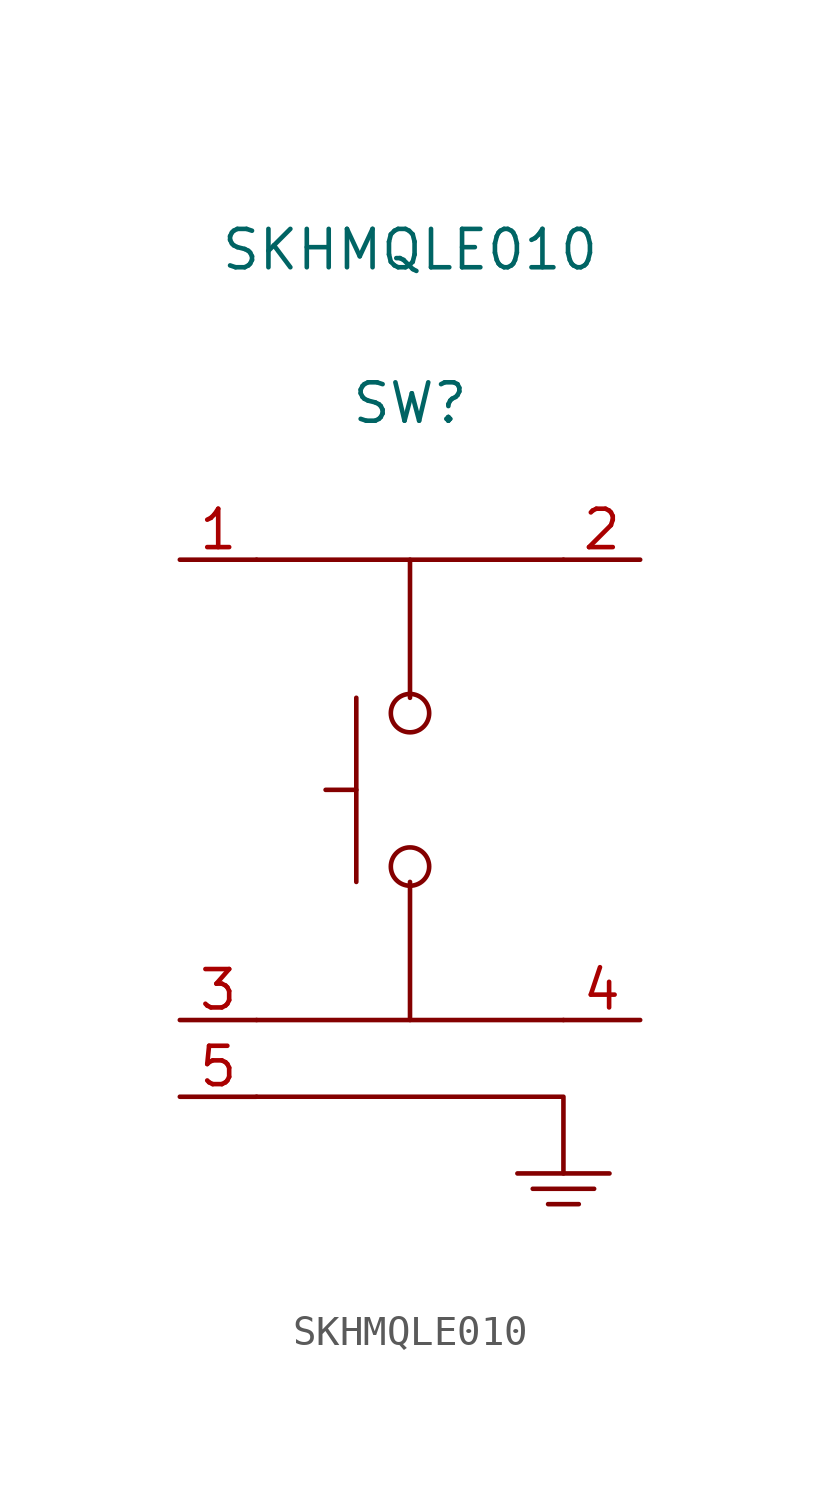
<source format=kicad_sym>
(kicad_symbol_lib
  (version 20220914)
  (generator kicad_symbol_editor)
  (symbol "SKHMQLE010"
    (pin_names
      (offset 1.016) hide)
    (property "Reference" "SW"
      (at 0 14.072 0)
      (effects (font (size 1.27 1.27))))
    (property "Value" "SKHMQLE010"
      (at 0 19.152 0)
      (effects (font (size 1.27 1.27))))
    (symbol "SKHMQLE010_1_1"
      (circle (center 0 -1.27) (radius 0.635) (stroke (width 0.152) (type solid)) (fill (type none)))
      (polyline (pts (xy -5.08 -6.35) (xy 5.08 -6.35)) (stroke (width 0.152) (type solid)) (fill (type none)))
      (polyline (pts (xy -5.08 8.89) (xy 5.08 8.89)) (stroke (width 0.152) (type solid)) (fill (type none)))
      (polyline (pts (xy -2.794 1.27) (xy -1.778 1.27)) (stroke (width 0.152) (type solid)) (fill (type none)))
      (polyline (pts (xy -1.778 4.318) (xy -1.778 -1.778)) (stroke (width 0.152) (type solid)) (fill (type none)))
      (polyline (pts (xy 0 -1.778) (xy 0 -6.35)) (stroke (width 0.152) (type solid)) (fill (type none)))
      (polyline (pts (xy 0 4.318) (xy 0 8.89)) (stroke (width 0.152) (type solid)) (fill (type none)))
      (polyline (pts (xy 3.556 -11.43) (xy 6.604 -11.43)) (stroke (width 0.152) (type solid)) (fill (type none)))
      (polyline (pts (xy 4.064 -11.938) (xy 6.096 -11.938)) (stroke (width 0.152) (type solid)) (fill (type none)))
      (polyline (pts (xy 4.572 -12.446) (xy 5.588 -12.446)) (stroke (width 0.152) (type solid)) (fill (type none)))
      (polyline (pts (xy -5.08 -8.89) (xy 5.08 -8.89) (xy 5.08 -11.43)) (stroke (width 0.152) (type solid)) (fill (type none)))
      (circle (center 0 3.81) (radius 0.635) (stroke (width 0.152) (type solid)) (fill (type none)))
      (pin input line (at -7.62 8.89 0) (length 2.54) (name "1" (effects (font (size 1.27 1.27)))) (number "1" (effects (font (size 1.27 1.27)))))
      (pin input line (at 7.62 8.89 180) (length 2.54) (name "2" (effects (font (size 1.27 1.27)))) (number "2" (effects (font (size 1.27 1.27)))))
      (pin input line (at -7.62 -6.35 0) (length 2.54) (name "3" (effects (font (size 1.27 1.27)))) (number "3" (effects (font (size 1.27 1.27)))))
      (pin input line (at 7.62 -6.35 180) (length 2.54) (name "4" (effects (font (size 1.27 1.27)))) (number "4" (effects (font (size 1.27 1.27)))))
      (pin input line (at -7.62 -8.89 0) (length 2.54) (name "5" (effects (font (size 1.27 1.27)))) (number "5" (effects (font (size 1.27 1.27))))))))
</source>
